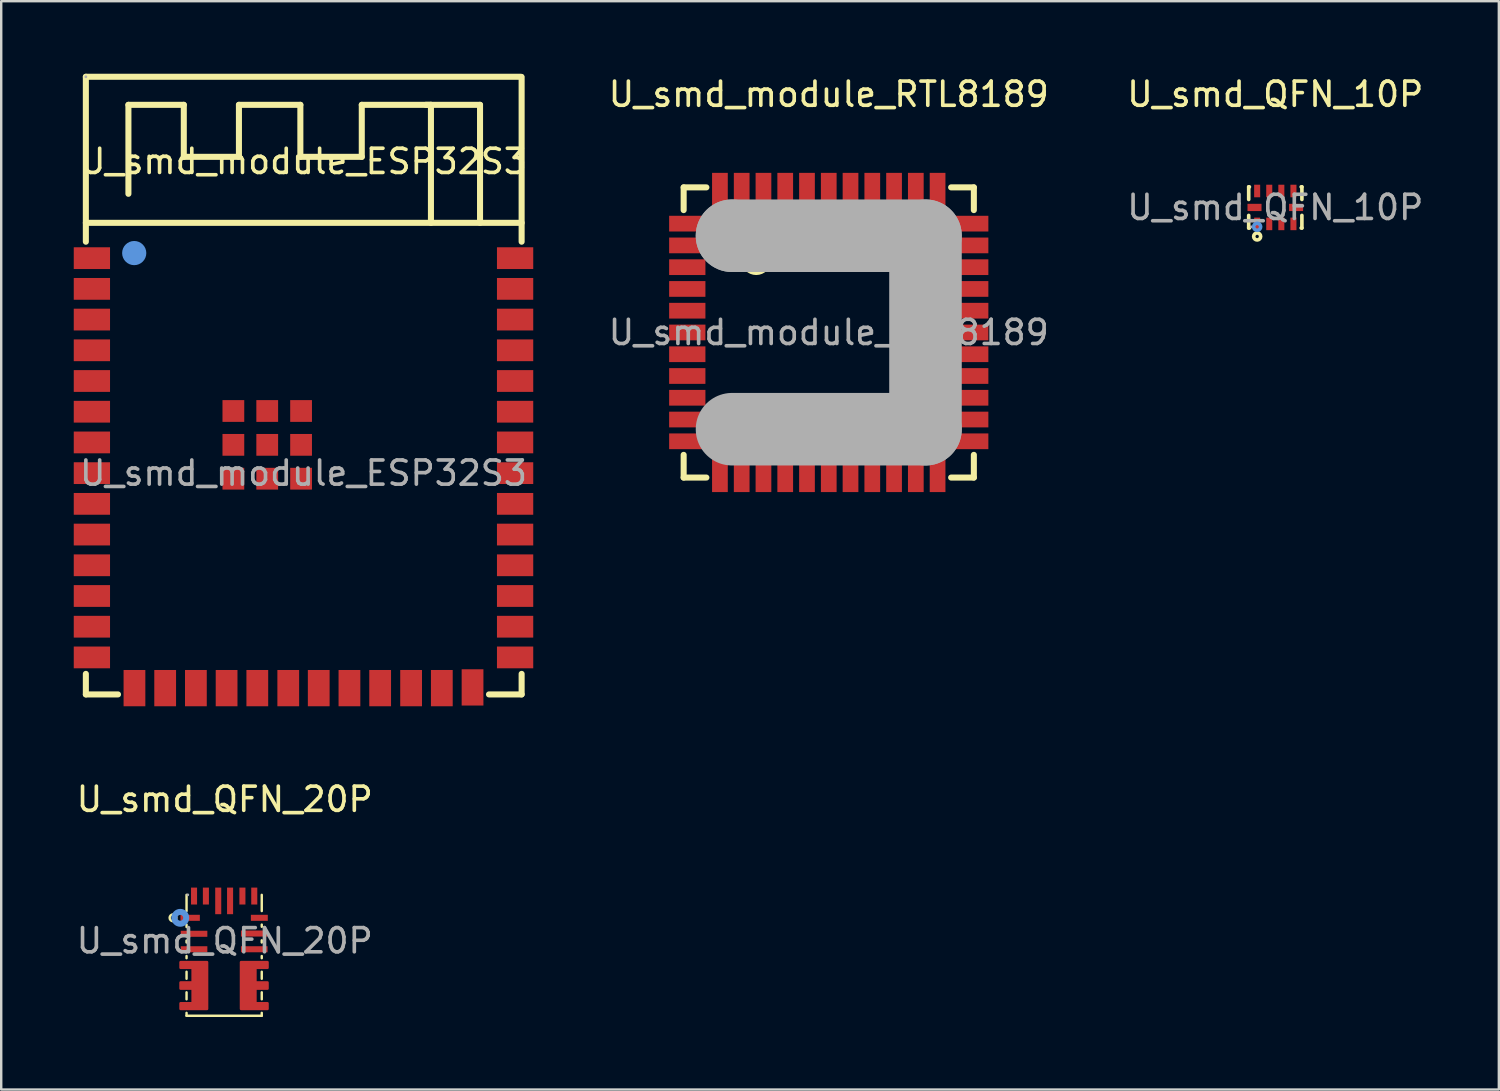
<source format=kicad_pcb>
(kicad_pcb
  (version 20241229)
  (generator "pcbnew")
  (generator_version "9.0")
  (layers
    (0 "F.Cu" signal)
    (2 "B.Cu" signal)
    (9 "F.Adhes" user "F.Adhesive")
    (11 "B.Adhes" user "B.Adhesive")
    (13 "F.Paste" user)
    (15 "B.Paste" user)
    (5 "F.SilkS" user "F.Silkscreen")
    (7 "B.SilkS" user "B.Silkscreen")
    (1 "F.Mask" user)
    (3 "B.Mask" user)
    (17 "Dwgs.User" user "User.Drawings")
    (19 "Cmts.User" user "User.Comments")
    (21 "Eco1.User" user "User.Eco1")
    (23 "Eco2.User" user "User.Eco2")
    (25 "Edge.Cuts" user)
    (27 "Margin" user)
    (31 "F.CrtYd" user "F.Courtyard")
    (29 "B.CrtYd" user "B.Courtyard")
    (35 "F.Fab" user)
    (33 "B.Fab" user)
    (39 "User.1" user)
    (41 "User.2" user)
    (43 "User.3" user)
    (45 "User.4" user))
  (footprint "U_smd_QFN_10P"
    (layer "F.Cu")
    (at 49.685 5.528)
    (property "Reference" "U_smd_QFN_10P" (at 0 -4.68 0) (layer "F.SilkS") (effects (font (size 1 1) (thickness 0.15))))
    (attr smd)
    (fp_line (start -1.1 -0.85) (end -1.07 -0.85) (stroke (width 0.15) (type solid)) (layer "F.SilkS"))
    (fp_line (start -1.1 -0.33) (end -1.1 -0.85) (stroke (width 0.15) (type solid)) (layer "F.SilkS"))
    (fp_line (start -1.1 0.85) (end -1.1 0.33) (stroke (width 0.15) (type solid)) (layer "F.SilkS"))
    (fp_line (start -1.07 0.85) (end -1.1 0.85) (stroke (width 0.15) (type solid)) (layer "F.SilkS"))
    (fp_line (start 1.07 -0.85) (end 1.1 -0.85) (stroke (width 0.15) (type solid)) (layer "F.SilkS"))
    (fp_line (start 1.1 -0.85) (end 1.1 -0.33) (stroke (width 0.15) (type solid)) (layer "F.SilkS"))
    (fp_line (start 1.1 0.33) (end 1.1 0.85) (stroke (width 0.15) (type solid)) (layer "F.SilkS"))
    (fp_line (start 1.1 0.85) (end 1.07 0.85) (stroke (width 0.15) (type solid)) (layer "F.SilkS"))
    (fp_circle (center -0.75 1.2) (end -0.68 1.2) (stroke (width 0.15) (type solid)) (fill no) (layer "F.SilkS"))
    (fp_circle (center -0.75 0.8) (end -0.68 0.8) (stroke (width 0.15) (type solid)) (fill no) (layer "Cmts.User"))
    (fp_circle (center -1 0.8) (end -0.97 0.8) (stroke (width 0.06) (type solid)) (fill no) (layer "F.Fab"))
    (fp_text user "${REFERENCE}" (at 0 0 0) (layer "F.Fab") (effects (font (size 1 1) (thickness 0.15))))
    (pad "1" smd rect (at -0.75 0.68) (size 0.25 0.52) (layers "F.Cu" "F.Mask" "F.Paste"))
    (pad "2" smd rect (at -0.25 0.68) (size 0.25 0.52) (layers "F.Cu" "F.Mask" "F.Paste"))
    (pad "3" smd rect (at 0.25 0.68) (size 0.25 0.52) (layers "F.Cu" "F.Mask" "F.Paste"))
    (pad "4" smd rect (at 0.75 0.68) (size 0.25 0.52) (layers "F.Cu" "F.Mask" "F.Paste"))
    (pad "5" smd rect (at 0.86 0) (size 0.58 0.3) (layers "F.Cu" "F.Mask" "F.Paste"))
    (pad "6" smd rect (at 0.75 -0.68) (size 0.25 0.52) (layers "F.Cu" "F.Mask" "F.Paste"))
    (pad "7" smd rect (at 0.25 -0.68) (size 0.25 0.52) (layers "F.Cu" "F.Mask" "F.Paste"))
    (pad "8" smd rect (at -0.25 -0.68) (size 0.25 0.52) (layers "F.Cu" "F.Mask" "F.Paste"))
    (pad "9" smd rect (at -0.75 -0.68) (size 0.25 0.52) (layers "F.Cu" "F.Mask" "F.Paste"))
    (pad "10" smd rect (at -0.86 0) (size 0.58 0.3) (layers "F.Cu" "F.Mask" "F.Paste")))
  (footprint "U_smd_module_ESP32S3"
    (layer "F.Cu")
    (at 9.5 16.515)
    (property "Reference" "U_smd_module_ESP32S3" (at 0 -12.89 0) (layer "F.SilkS") (effects (font (size 1 1) (thickness 0.15))))
    (attr smd)
    (fp_line (start -9 -16.39) (end -9 -9.57) (stroke (width 0.25) (type solid)) (layer "F.SilkS"))
    (fp_line (start -9 -10.35) (end 9.02 -10.35) (stroke (width 0.25) (type solid)) (layer "F.SilkS"))
    (fp_line (start -9 8.3) (end -9 9.15) (stroke (width 0.25) (type solid)) (layer "F.SilkS"))
    (fp_line (start -9 9.15) (end -7.67 9.15) (stroke (width 0.25) (type solid)) (layer "F.SilkS"))
    (fp_line (start -7.24 -15.23) (end -7.24 -11.55) (stroke (width 0.25) (type solid)) (layer "F.SilkS"))
    (fp_line (start -4.95 -15.23) (end -7.24 -15.23) (stroke (width 0.25) (type solid)) (layer "F.SilkS"))
    (fp_line (start -4.95 -13.08) (end -4.95 -15.23) (stroke (width 0.25) (type solid)) (layer "F.SilkS"))
    (fp_line (start -2.67 -15.23) (end -2.67 -13.08) (stroke (width 0.25) (type solid)) (layer "F.SilkS"))
    (fp_line (start -2.67 -13.08) (end -4.95 -13.08) (stroke (width 0.25) (type solid)) (layer "F.SilkS"))
    (fp_line (start -0.13 -15.23) (end -2.67 -15.23) (stroke (width 0.25) (type solid)) (layer "F.SilkS"))
    (fp_line (start -0.13 -13.08) (end -0.13 -15.23) (stroke (width 0.25) (type solid)) (layer "F.SilkS"))
    (fp_line (start 2.41 -15.23) (end 2.41 -13.08) (stroke (width 0.25) (type solid)) (layer "F.SilkS"))
    (fp_line (start 2.41 -13.08) (end -0.13 -13.08) (stroke (width 0.25) (type solid)) (layer "F.SilkS"))
    (fp_line (start 5.27 -15.23) (end 2.41 -15.23) (stroke (width 0.25) (type solid)) (layer "F.SilkS"))
    (fp_line (start 5.27 -10.35) (end 5.27 -15.23) (stroke (width 0.25) (type solid)) (layer "F.SilkS"))
    (fp_line (start 7.3 -15.23) (end 5.06 -15.23) (stroke (width 0.25) (type solid)) (layer "F.SilkS"))
    (fp_line (start 7.3 -10.35) (end 7.3 -15.23) (stroke (width 0.25) (type solid)) (layer "F.SilkS"))
    (fp_line (start 7.67 9.15) (end 9.02 9.15) (stroke (width 0.25) (type solid)) (layer "F.SilkS"))
    (fp_line (start 9 -16.39) (end -9 -16.39) (stroke (width 0.25) (type solid)) (layer "F.SilkS"))
    (fp_line (start 9.02 -9.57) (end 9.02 -16.38) (stroke (width 0.25) (type solid)) (layer "F.SilkS"))
    (fp_line (start 9.02 9.15) (end 9.02 8.3) (stroke (width 0.25) (type solid)) (layer "F.SilkS"))
    (fp_circle (center -7 -9.1) (end -6.75 -9.1) (stroke (width 0.5) (type solid)) (fill no) (layer "Cmts.User"))
    (fp_circle (center -9 -16.39) (end -8.97 -16.39) (stroke (width 0.06) (type solid)) (fill no) (layer "F.Fab"))
    (fp_text user "${REFERENCE}" (at 0 0 0) (layer "F.Fab") (effects (font (size 1 1) (thickness 0.15))))
    (pad "1" smd rect (at -8.75 -8.89) (size 1.5 0.9) (layers "F.Cu" "F.Mask" "F.Paste"))
    (pad "2" smd rect (at -8.75 -7.62) (size 1.5 0.9) (layers "F.Cu" "F.Mask" "F.Paste"))
    (pad "3" smd rect (at -8.75 -6.35) (size 1.5 0.9) (layers "F.Cu" "F.Mask" "F.Paste"))
    (pad "4" smd rect (at -8.75 -5.08) (size 1.5 0.9) (layers "F.Cu" "F.Mask" "F.Paste"))
    (pad "5" smd rect (at -8.75 -3.81) (size 1.5 0.9) (layers "F.Cu" "F.Mask" "F.Paste"))
    (pad "6" smd rect (at -8.75 -2.54) (size 1.5 0.9) (layers "F.Cu" "F.Mask" "F.Paste"))
    (pad "7" smd rect (at -8.75 -1.27) (size 1.5 0.9) (layers "F.Cu" "F.Mask" "F.Paste"))
    (pad "8" smd rect (at -8.75 0) (size 1.5 0.9) (layers "F.Cu" "F.Mask" "F.Paste"))
    (pad "9" smd rect (at -8.75 1.27) (size 1.5 0.9) (layers "F.Cu" "F.Mask" "F.Paste"))
    (pad "10" smd rect (at -8.75 2.54) (size 1.5 0.9) (layers "F.Cu" "F.Mask" "F.Paste"))
    (pad "11" smd rect (at -8.75 3.81) (size 1.5 0.9) (layers "F.Cu" "F.Mask" "F.Paste"))
    (pad "12" smd rect (at -8.75 5.08) (size 1.5 0.9) (layers "F.Cu" "F.Mask" "F.Paste"))
    (pad "13" smd rect (at -8.75 6.35) (size 1.5 0.9) (layers "F.Cu" "F.Mask" "F.Paste"))
    (pad "14" smd rect (at -8.75 7.62) (size 1.5 0.9) (layers "F.Cu" "F.Mask" "F.Paste"))
    (pad "15" smd rect (at -6.99 8.89 90) (size 1.5 0.9) (layers "F.Cu" "F.Mask" "F.Paste"))
    (pad "16" smd rect (at -5.72 8.89 90) (size 1.5 0.9) (layers "F.Cu" "F.Mask" "F.Paste"))
    (pad "17" smd rect (at -4.45 8.89 90) (size 1.5 0.9) (layers "F.Cu" "F.Mask" "F.Paste"))
    (pad "18" smd rect (at -3.18 8.89 90) (size 1.5 0.9) (layers "F.Cu" "F.Mask" "F.Paste"))
    (pad "19" smd rect (at -1.91 8.89 90) (size 1.5 0.9) (layers "F.Cu" "F.Mask" "F.Paste"))
    (pad "20" smd rect (at -0.63 8.89 90) (size 1.5 0.9) (layers "F.Cu" "F.Mask" "F.Paste"))
    (pad "21" smd rect (at 0.63 8.89 90) (size 1.5 0.9) (layers "F.Cu" "F.Mask" "F.Paste"))
    (pad "22" smd rect (at 1.9 8.89 90) (size 1.5 0.9) (layers "F.Cu" "F.Mask" "F.Paste"))
    (pad "23" smd rect (at 3.17 8.89 90) (size 1.5 0.9) (layers "F.Cu" "F.Mask" "F.Paste"))
    (pad "24" smd rect (at 4.45 8.89 90) (size 1.5 0.9) (layers "F.Cu" "F.Mask" "F.Paste"))
    (pad "25" smd rect (at 5.72 8.89 90) (size 1.5 0.9) (layers "F.Cu" "F.Mask" "F.Paste"))
    (pad "26" smd rect (at 6.99 8.86 90) (size 1.5 0.9) (layers "F.Cu" "F.Mask" "F.Paste"))
    (pad "27" smd rect (at 8.75 7.62 180) (size 1.5 0.9) (layers "F.Cu" "F.Mask" "F.Paste"))
    (pad "28" smd rect (at 8.75 6.35 180) (size 1.5 0.9) (layers "F.Cu" "F.Mask" "F.Paste"))
    (pad "29" smd rect (at 8.75 5.08 180) (size 1.5 0.9) (layers "F.Cu" "F.Mask" "F.Paste"))
    (pad "30" smd rect (at 8.75 3.81 180) (size 1.5 0.9) (layers "F.Cu" "F.Mask" "F.Paste"))
    (pad "31" smd rect (at 8.75 2.54 180) (size 1.5 0.9) (layers "F.Cu" "F.Mask" "F.Paste"))
    (pad "32" smd rect (at 8.75 1.27 180) (size 1.5 0.9) (layers "F.Cu" "F.Mask" "F.Paste"))
    (pad "33" smd rect (at 8.75 0 180) (size 1.5 0.9) (layers "F.Cu" "F.Mask" "F.Paste"))
    (pad "34" smd rect (at 8.75 -1.27 180) (size 1.5 0.9) (layers "F.Cu" "F.Mask" "F.Paste"))
    (pad "35" smd rect (at 8.75 -2.54 180) (size 1.5 0.9) (layers "F.Cu" "F.Mask" "F.Paste"))
    (pad "36" smd rect (at 8.75 -3.81 180) (size 1.5 0.9) (layers "F.Cu" "F.Mask" "F.Paste"))
    (pad "37" smd rect (at 8.75 -5.08 180) (size 1.5 0.9) (layers "F.Cu" "F.Mask" "F.Paste"))
    (pad "38" smd rect (at 8.75 -6.35 180) (size 1.5 0.9) (layers "F.Cu" "F.Mask" "F.Paste"))
    (pad "39" smd rect (at 8.75 -7.62 180) (size 1.5 0.9) (layers "F.Cu" "F.Mask" "F.Paste"))
    (pad "40" smd rect (at 8.75 -8.89 180) (size 1.5 0.9) (layers "F.Cu" "F.Mask" "F.Paste"))
    (pad "41" smd rect (at -2.9 -2.57 90) (size 0.9 0.9) (layers "F.Cu" "F.Mask" "F.Paste"))
    (pad "41" smd rect (at -2.9 -1.17 90) (size 0.9 0.9) (layers "F.Cu" "F.Mask" "F.Paste"))
    (pad "41" smd rect (at -2.9 0.23 90) (size 0.9 0.9) (layers "F.Cu" "F.Mask" "F.Paste"))
    (pad "41" smd rect (at -1.5 -2.57 90) (size 0.9 0.9) (layers "F.Cu" "F.Mask" "F.Paste"))
    (pad "41" smd rect (at -1.5 -1.17 90) (size 0.9 0.9) (layers "F.Cu" "F.Mask" "F.Paste"))
    (pad "41" smd rect (at -1.5 0.23 90) (size 0.9 0.9) (layers "F.Cu" "F.Mask" "F.Paste"))
    (pad "41" smd rect (at -0.1 -2.57 90) (size 0.9 0.9) (layers "F.Cu" "F.Mask" "F.Paste"))
    (pad "41" smd rect (at -0.1 -1.17 90) (size 0.9 0.9) (layers "F.Cu" "F.Mask" "F.Paste"))
    (pad "41" smd rect (at -0.1 0.23 90) (size 0.9 0.9) (layers "F.Cu" "F.Mask" "F.Paste")))
  (footprint "U_smd_QFN_20P"
    (layer "F.Cu")
    (at 6.244 35.853)
    (property "Reference" "U_smd_QFN_20P" (at 0 -5.85 0) (layer "F.SilkS") (effects (font (size 1 1) (thickness 0.15))))
    (attr through_hole)
    (fp_line (start -1.58 -1.23) (end -1.58 -1.9) (stroke (width 0.1) (type solid)) (layer "F.SilkS"))
    (fp_line (start -1.58 -0.57) (end -1.58 -0.67) (stroke (width 0.1) (type solid)) (layer "F.SilkS"))
    (fp_line (start -1.58 0.07) (end -1.58 -0.01) (stroke (width 0.1) (type solid)) (layer "F.SilkS"))
    (fp_line (start -1.58 0.72) (end -1.58 0.63) (stroke (width 0.1) (type solid)) (layer "F.SilkS"))
    (fp_line (start -1.58 1.57) (end -1.58 1.28) (stroke (width 0.1) (type solid)) (layer "F.SilkS"))
    (fp_line (start -1.58 2.42) (end -1.58 2.13) (stroke (width 0.1) (type solid)) (layer "F.SilkS"))
    (fp_line (start -1.58 3.1) (end -1.58 2.98) (stroke (width 0.1) (type solid)) (layer "F.SilkS"))
    (fp_line (start -1.58 3.1) (end 1.53 3.1) (stroke (width 0.1) (type solid)) (layer "F.SilkS"))
    (fp_line (start 1.53 -1.23) (end 1.53 -1.9) (stroke (width 0.1) (type solid)) (layer "F.SilkS"))
    (fp_line (start 1.53 -0.58) (end 1.53 -0.67) (stroke (width 0.1) (type solid)) (layer "F.SilkS"))
    (fp_line (start 1.53 0.07) (end 1.53 -0.02) (stroke (width 0.1) (type solid)) (layer "F.SilkS"))
    (fp_line (start 1.53 0.72) (end 1.53 0.63) (stroke (width 0.1) (type solid)) (layer "F.SilkS"))
    (fp_line (start 1.53 1.57) (end 1.53 1.28) (stroke (width 0.1) (type solid)) (layer "F.SilkS"))
    (fp_line (start 1.53 2.42) (end 1.53 2.13) (stroke (width 0.1) (type solid)) (layer "F.SilkS"))
    (fp_line (start 1.53 3.1) (end 1.53 2.98) (stroke (width 0.1) (type solid)) (layer "F.SilkS"))
    (fp_circle (center -2.14 -0.95) (end -2 -0.95) (stroke (width 0.1) (type solid)) (fill no) (layer "F.SilkS"))
    (fp_circle (center -1.84 -0.95) (end -1.72 -0.95) (stroke (width 0.25) (type solid)) (fill no) (layer "Cmts.User"))
    (fp_circle (center -1.53 -1.9) (end -1.5 -1.9) (stroke (width 0.06) (type solid)) (fill no) (layer "F.Fab"))
    (fp_text user "${REFERENCE}" (at 0 0 0) (layer "F.Fab") (effects (font (size 1 1) (thickness 0.15))))
    (pad "1" smd rect (at -1.43 -0.95) (size 0.8 0.25) (layers "F.Cu" "F.Mask" "F.Paste"))
    (pad "2" smd rect (at -1.27 -0.29) (size 1.1 0.25) (layers "F.Cu" "F.Mask" "F.Paste"))
    (pad "3" smd rect (at -1.27 0.35) (size 1.1 0.25) (layers "F.Cu" "F.Mask" "F.Paste"))
    (pad "4" smd custom (at -1.28 1.85) (size 0.01 0.01) (layers "F.Cu" "F.Mask" "F.Paste") (options (anchor circle)) (primitives (gr_poly (pts (xy -0.55 -0.97) (xy 0.55 -0.97) (xy 0.55 0.97) (xy -0.55 0.97) (xy -0.55 0.73) (xy -0.05 0.73) (xy -0.05 0.13) (xy -0.55 0.13) (xy -0.55 -0.13) (xy -0.05 -0.13) (xy -0.05 -0.73) (xy -0.55 -0.73)) (width 0.1) (fill yes))))
    (pad "9" smd custom (at 1.23 1.85) (size 0.01 0.01) (layers "F.Cu" "F.Mask" "F.Paste") (options (anchor circle)) (primitives (gr_poly (pts (xy 0.54 -0.97) (xy -0.56 -0.97) (xy -0.56 0.97) (xy 0.54 0.97) (xy 0.54 0.73) (xy 0.04 0.73) (xy 0.04 0.13) (xy 0.54 0.13) (xy 0.54 -0.13) (xy 0.04 -0.13) (xy 0.04 -0.73) (xy 0.54 -0.73)) (width 0.1) (fill yes))))
    (pad "10" smd rect (at 1.22 0.35) (size 1.1 0.25) (layers "F.Cu" "F.Mask" "F.Paste"))
    (pad "11" smd rect (at 1.22 -0.3) (size 1.1 0.25) (layers "F.Cu" "F.Mask" "F.Paste"))
    (pad "12" smd rect (at 1.43 -0.95) (size 0.7 0.25) (layers "F.Cu" "F.Mask" "F.Paste"))
    (pad "13" smd rect (at 1.22 -1.85) (size 0.25 0.7) (layers "F.Cu" "F.Mask" "F.Paste"))
    (pad "14" smd rect (at 0.73 -1.85) (size 0.25 0.7) (layers "F.Cu" "F.Mask" "F.Paste"))
    (pad "15" smd rect (at 0.22 -1.65) (size 0.25 1.1) (layers "F.Cu" "F.Mask" "F.Paste"))
    (pad "16" smd rect (at -0.27 -1.65) (size 0.25 1.1) (layers "F.Cu" "F.Mask" "F.Paste"))
    (pad "17" smd rect (at -0.78 -1.85) (size 0.25 0.7) (layers "F.Cu" "F.Mask" "F.Paste"))
    (pad "18" smd rect (at -1.27 -1.85) (size 0.25 0.7) (layers "F.Cu" "F.Mask" "F.Paste")))
  (footprint "U_smd_module_RTL8189"
    (layer "F.Cu")
    (at 31.22 10.698)
    (property "Reference" "U_smd_module_RTL8189" (at 0 -9.85 0) (layer "F.SilkS") (effects (font (size 1 1) (thickness 0.15))))
    (attr through_hole)
    (fp_line (start -6 -6) (end -5.06 -6) (stroke (width 0.25) (type solid)) (layer "F.SilkS"))
    (fp_line (start -6 -5.06) (end -6 -6) (stroke (width 0.25) (type solid)) (layer "F.SilkS"))
    (fp_line (start -6 6) (end -6 5.06) (stroke (width 0.25) (type solid)) (layer "F.SilkS"))
    (fp_line (start -5.06 6) (end -6 6) (stroke (width 0.25) (type solid)) (layer "F.SilkS"))
    (fp_line (start 5.06 -6) (end 6 -6) (stroke (width 0.25) (type solid)) (layer "F.SilkS"))
    (fp_line (start 6 -6) (end 6 -5.06) (stroke (width 0.25) (type solid)) (layer "F.SilkS"))
    (fp_line (start 6 5.06) (end 6 6) (stroke (width 0.25) (type solid)) (layer "F.SilkS"))
    (fp_line (start 6 6) (end 5.06 6) (stroke (width 0.25) (type solid)) (layer "F.SilkS"))
    (fp_circle (center -3 -3) (end -2.5 -3) (stroke (width 0.25) (type solid)) (fill no) (layer "F.SilkS"))
    (fp_line (start -4 -4) (end -4 -4) (stroke (width 3) (type solid)) (layer "F.Fab"))
    (fp_line (start -4 -4) (end 4 -4) (stroke (width 3) (type solid)) (layer "F.Fab"))
    (fp_line (start 4 -4) (end 4 4) (stroke (width 3) (type solid)) (layer "F.Fab"))
    (fp_line (start 4 4) (end -4 4) (stroke (width 3) (type solid)) (layer "F.Fab"))
    (fp_text user "${REFERENCE}" (at 0 0 0) (layer "F.Fab") (effects (font (size 1 1) (thickness 0.15))))
    (pad "1" smd rect (at -5.85 -4.5 90) (size 0.65 1.5) (layers "F.Cu" "F.Mask" "F.Paste"))
    (pad "2" smd rect (at -5.85 -3.6 90) (size 0.65 1.5) (layers "F.Cu" "F.Mask" "F.Paste"))
    (pad "3" smd rect (at -5.85 -2.7 90) (size 0.65 1.5) (layers "F.Cu" "F.Mask" "F.Paste"))
    (pad "4" smd rect (at -5.85 -1.8 90) (size 0.65 1.5) (layers "F.Cu" "F.Mask" "F.Paste"))
    (pad "5" smd rect (at -5.85 -0.9 90) (size 0.65 1.5) (layers "F.Cu" "F.Mask" "F.Paste"))
    (pad "6" smd rect (at -5.85 0 90) (size 0.65 1.5) (layers "F.Cu" "F.Mask" "F.Paste"))
    (pad "7" smd rect (at -5.85 0.9 90) (size 0.65 1.5) (layers "F.Cu" "F.Mask" "F.Paste"))
    (pad "8" smd rect (at -5.85 1.8 90) (size 0.65 1.5) (layers "F.Cu" "F.Mask" "F.Paste"))
    (pad "9" smd rect (at -5.85 2.7 90) (size 0.65 1.5) (layers "F.Cu" "F.Mask" "F.Paste"))
    (pad "10" smd rect (at -5.85 3.6 90) (size 0.65 1.5) (layers "F.Cu" "F.Mask" "F.Paste"))
    (pad "11" smd rect (at -5.85 4.5 90) (size 0.65 1.5) (layers "F.Cu" "F.Mask" "F.Paste"))
    (pad "12" smd rect (at -4.5 5.85 180) (size 0.65 1.5) (layers "F.Cu" "F.Mask" "F.Paste"))
    (pad "13" smd rect (at -3.6 5.85 180) (size 0.65 1.5) (layers "F.Cu" "F.Mask" "F.Paste"))
    (pad "14" smd rect (at -2.7 5.85 180) (size 0.65 1.5) (layers "F.Cu" "F.Mask" "F.Paste"))
    (pad "15" smd rect (at -1.8 5.85 180) (size 0.65 1.5) (layers "F.Cu" "F.Mask" "F.Paste"))
    (pad "16" smd rect (at -0.9 5.85 180) (size 0.65 1.5) (layers "F.Cu" "F.Mask" "F.Paste"))
    (pad "17" smd rect (at 0 5.85 180) (size 0.65 1.5) (layers "F.Cu" "F.Mask" "F.Paste"))
    (pad "18" smd rect (at 0.9 5.85 180) (size 0.65 1.5) (layers "F.Cu" "F.Mask" "F.Paste"))
    (pad "19" smd rect (at 1.8 5.85 180) (size 0.65 1.5) (layers "F.Cu" "F.Mask" "F.Paste"))
    (pad "20" smd rect (at 2.7 5.85 180) (size 0.65 1.5) (layers "F.Cu" "F.Mask" "F.Paste"))
    (pad "21" smd rect (at 3.6 5.85 180) (size 0.65 1.5) (layers "F.Cu" "F.Mask" "F.Paste"))
    (pad "22" smd rect (at 4.5 5.85 180) (size 0.65 1.5) (layers "F.Cu" "F.Mask" "F.Paste"))
    (pad "23" smd rect (at 5.85 4.5 270) (size 0.65 1.5) (layers "F.Cu" "F.Mask" "F.Paste"))
    (pad "24" smd rect (at 5.85 3.6 270) (size 0.65 1.5) (layers "F.Cu" "F.Mask" "F.Paste"))
    (pad "25" smd rect (at 5.85 2.7 270) (size 0.65 1.5) (layers "F.Cu" "F.Mask" "F.Paste"))
    (pad "26" smd rect (at 5.85 1.8 270) (size 0.65 1.5) (layers "F.Cu" "F.Mask" "F.Paste"))
    (pad "27" smd rect (at 5.85 0.9 270) (size 0.65 1.5) (layers "F.Cu" "F.Mask" "F.Paste"))
    (pad "28" smd rect (at 5.85 0 270) (size 0.65 1.5) (layers "F.Cu" "F.Mask" "F.Paste"))
    (pad "29" smd rect (at 5.85 -0.9 270) (size 0.65 1.5) (layers "F.Cu" "F.Mask" "F.Paste"))
    (pad "30" smd rect (at 5.85 -1.8 270) (size 0.65 1.5) (layers "F.Cu" "F.Mask" "F.Paste"))
    (pad "31" smd rect (at 5.85 -2.7 270) (size 0.65 1.5) (layers "F.Cu" "F.Mask" "F.Paste"))
    (pad "32" smd rect (at 5.85 -3.6 270) (size 0.65 1.5) (layers "F.Cu" "F.Mask" "F.Paste"))
    (pad "33" smd rect (at 5.85 -4.5 270) (size 0.65 1.5) (layers "F.Cu" "F.Mask" "F.Paste"))
    (pad "34" smd rect (at 4.5 -5.85) (size 0.65 1.5) (layers "F.Cu" "F.Mask" "F.Paste"))
    (pad "35" smd rect (at 3.6 -5.85) (size 0.65 1.5) (layers "F.Cu" "F.Mask" "F.Paste"))
    (pad "36" smd rect (at 2.7 -5.85) (size 0.65 1.5) (layers "F.Cu" "F.Mask" "F.Paste"))
    (pad "37" smd rect (at 1.8 -5.85) (size 0.65 1.5) (layers "F.Cu" "F.Mask" "F.Paste"))
    (pad "38" smd rect (at 0.9 -5.85) (size 0.65 1.5) (layers "F.Cu" "F.Mask" "F.Paste"))
    (pad "39" smd rect (at 0 -5.85) (size 0.65 1.5) (layers "F.Cu" "F.Mask" "F.Paste"))
    (pad "40" smd rect (at -0.9 -5.85) (size 0.65 1.5) (layers "F.Cu" "F.Mask" "F.Paste"))
    (pad "41" smd rect (at -1.8 -5.85) (size 0.65 1.5) (layers "F.Cu" "F.Mask" "F.Paste"))
    (pad "42" smd rect (at -2.7 -5.85) (size 0.65 1.5) (layers "F.Cu" "F.Mask" "F.Paste"))
    (pad "43" smd rect (at -3.6 -5.85) (size 0.65 1.5) (layers "F.Cu" "F.Mask" "F.Paste"))
    (pad "44" smd rect (at -4.5 -5.85) (size 0.65 1.5) (layers "F.Cu" "F.Mask" "F.Paste")))
  (gr_rect
    (start -3 -3)
    (end 58.929 42.003)
    (stroke (width 0.1) (type default))
    (fill no)
    (layer "Edge.Cuts")))
</source>
